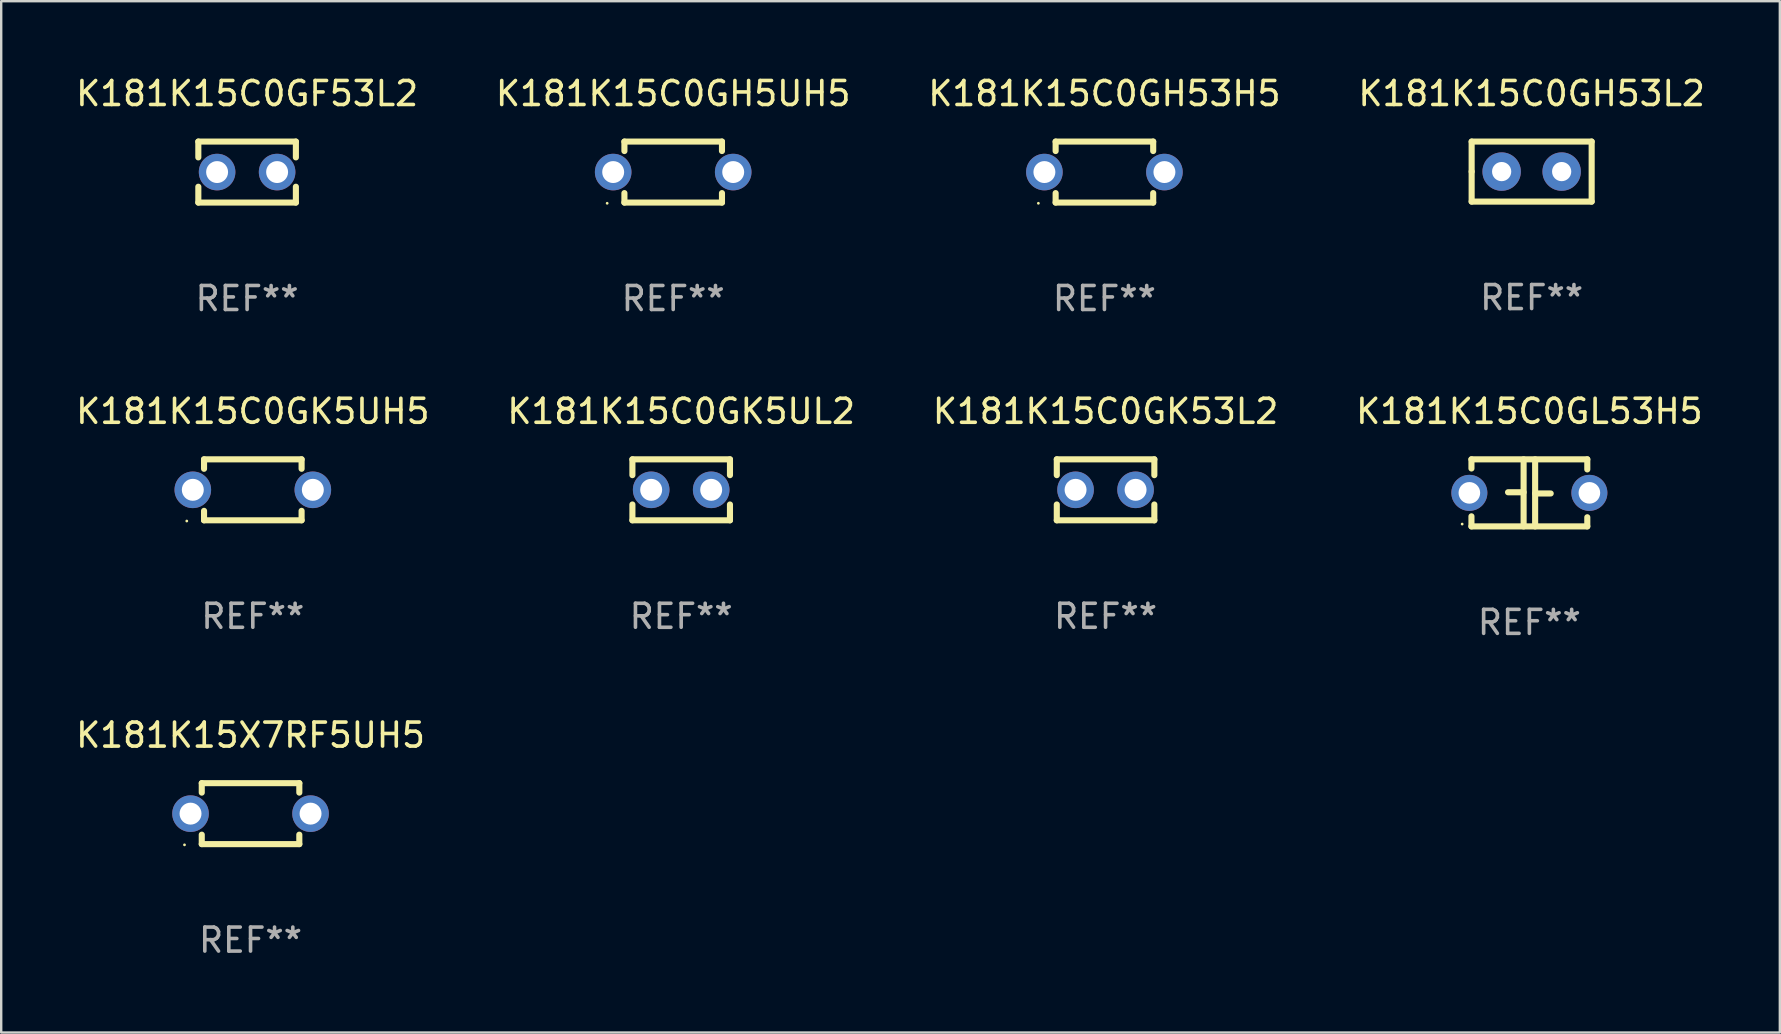
<source format=kicad_pcb>
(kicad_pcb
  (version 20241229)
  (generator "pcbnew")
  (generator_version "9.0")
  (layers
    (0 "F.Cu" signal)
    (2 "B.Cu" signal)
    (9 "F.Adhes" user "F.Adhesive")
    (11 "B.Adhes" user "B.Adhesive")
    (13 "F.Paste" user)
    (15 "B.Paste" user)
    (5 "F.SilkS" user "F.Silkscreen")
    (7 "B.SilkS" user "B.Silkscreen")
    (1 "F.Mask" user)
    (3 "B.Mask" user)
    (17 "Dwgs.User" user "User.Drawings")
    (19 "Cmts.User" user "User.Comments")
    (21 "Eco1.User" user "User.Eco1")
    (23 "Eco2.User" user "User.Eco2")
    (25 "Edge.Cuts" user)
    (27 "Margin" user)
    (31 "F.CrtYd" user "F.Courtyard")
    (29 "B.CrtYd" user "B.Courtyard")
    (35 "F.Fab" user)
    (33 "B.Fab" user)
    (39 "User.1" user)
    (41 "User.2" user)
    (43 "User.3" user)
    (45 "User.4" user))
  (footprint "K181K15C0GL53H5"
    (layer "F.Cu")
    (at 60.661 17.482)
    (property "Reference" "K181K15C0GL53H5" (at 0 -3.397 0) (layer "F.SilkS") (effects (font (size 1 1) (thickness 0.15))))
    (attr through_hole)
    (fp_line (start -2.413 -1.397) (end 2.413 -1.397) (stroke (width 0.254) (type solid)) (layer "F.SilkS"))
    (fp_line (start -2.413 -1.016) (end -2.413 -1.397) (stroke (width 0.254) (type solid)) (layer "F.SilkS"))
    (fp_line (start -2.413 0.977) (end -2.413 1.397) (stroke (width 0.254) (type solid)) (layer "F.SilkS"))
    (fp_line (start -0.24 -0.025) (end -0.889 -0.025) (stroke (width 0.254) (type solid)) (layer "F.SilkS"))
    (fp_line (start -0.24 1.397) (end -0.24 -1.397) (stroke (width 0.254) (type solid)) (layer "F.SilkS"))
    (fp_line (start 0.24 -1.397) (end 0.24 1.397) (stroke (width 0.254) (type solid)) (layer "F.SilkS"))
    (fp_line (start 0.24 0.025) (end 0.889 0.025) (stroke (width 0.254) (type solid)) (layer "F.SilkS"))
    (fp_line (start 2.413 -0.977) (end 2.413 -1.397) (stroke (width 0.254) (type solid)) (layer "F.SilkS"))
    (fp_line (start 2.413 1.016) (end 2.413 1.397) (stroke (width 0.254) (type solid)) (layer "F.SilkS"))
    (fp_line (start 2.413 1.397) (end -2.413 1.397) (stroke (width 0.254) (type solid)) (layer "F.SilkS"))
    (fp_circle (center -2.8 1.3) (end -2.77 1.3) (stroke (width 0.06) (type solid)) (fill no) (layer "F.SilkS"))
    (fp_text user "REF**" (at 0 5.397 0) (layer "F.Fab") (effects (font (size 1 1) (thickness 0.15))))
    (pad "1" thru_hole circle (at -2.5 0) (size 1.5 1.5) (drill 0.9) (layers "*.Cu" "*.Mask"))
    (pad "2" thru_hole circle (at 2.5 0) (size 1.5 1.5) (drill 0.9) (layers "*.Cu" "*.Mask")))
  (footprint "K181K15C0GH53L2"
    (layer "F.Cu")
    (at 60.756 4.098)
    (property "Reference" "K181K15C0GH53L2" (at 0 -3.25 0) (layer "F.SilkS") (effects (font (size 1 1) (thickness 0.15))))
    (attr through_hole)
    (fp_line (start -2.5 -1.25) (end 2.5 -1.25) (stroke (width 0.254) (type solid)) (layer "F.SilkS"))
    (fp_line (start -2.5 0) (end -2.5 -1.25) (stroke (width 0.254) (type solid)) (layer "F.SilkS"))
    (fp_line (start -2.5 1.25) (end -2.5 0) (stroke (width 0.254) (type solid)) (layer "F.SilkS"))
    (fp_line (start 2.5 -1.25) (end 2.5 1.25) (stroke (width 0.254) (type solid)) (layer "F.SilkS"))
    (fp_line (start 2.5 1.25) (end -2.5 1.25) (stroke (width 0.254) (type solid)) (layer "F.SilkS"))
    (fp_circle (center -2.5 1.25) (end -2.47 1.25) (stroke (width 0.06) (type solid)) (fill no) (layer "F.SilkS"))
    (fp_text user "REF**" (at 0 5.25 0) (layer "F.Fab") (effects (font (size 1 1) (thickness 0.15))))
    (pad "1" thru_hole circle (at -1.25 0) (size 1.6 1.6) (drill 0.8) (layers "*.Cu" "*.Mask"))
    (pad "2" thru_hole circle (at 1.25 0) (size 1.6 1.6) (drill 0.8) (layers "*.Cu" "*.Mask")))
  (footprint "K181K15C0GK5UH5"
    (layer "F.Cu")
    (at 7.482 17.355)
    (property "Reference" "K181K15C0GK5UH5" (at 0 -3.27 0) (layer "F.SilkS") (effects (font (size 1 1) (thickness 0.15))))
    (attr through_hole)
    (fp_line (start -2.032 -1.27) (end -2.032 -0.876) (stroke (width 0.254) (type solid)) (layer "F.SilkS"))
    (fp_line (start -2.032 0.876) (end -2.032 1.27) (stroke (width 0.254) (type solid)) (layer "F.SilkS"))
    (fp_line (start -2.032 1.27) (end 2.032 1.27) (stroke (width 0.254) (type solid)) (layer "F.SilkS"))
    (fp_line (start 2.032 -1.27) (end -2.032 -1.27) (stroke (width 0.254) (type solid)) (layer "F.SilkS"))
    (fp_line (start 2.032 -0.876) (end 2.032 -1.27) (stroke (width 0.254) (type solid)) (layer "F.SilkS"))
    (fp_line (start 2.032 1.27) (end 2.032 0.876) (stroke (width 0.254) (type solid)) (layer "F.SilkS"))
    (fp_circle (center -2.751 1.3) (end -2.721 1.3) (stroke (width 0.06) (type solid)) (fill no) (layer "F.SilkS"))
    (fp_text user "REF**" (at 0 5.27 0) (layer "F.Fab") (effects (font (size 1 1) (thickness 0.15))))
    (pad "1" thru_hole circle (at -2.5 0) (size 1.524 1.524) (drill 0.914) (layers "*.Cu" "*.Mask"))
    (pad "2" thru_hole circle (at 2.5 0) (size 1.524 1.524) (drill 0.914) (layers "*.Cu" "*.Mask")))
  (footprint "K181K15C0GK53L2"
    (layer "F.Cu")
    (at 43.006 17.355)
    (property "Reference" "K181K15C0GK53L2" (at 0 -3.27 0) (layer "F.SilkS") (effects (font (size 1 1) (thickness 0.15))))
    (attr through_hole)
    (fp_line (start -2.032 -1.27) (end -2.032 -0.611) (stroke (width 0.254) (type solid)) (layer "F.SilkS"))
    (fp_line (start -2.032 0.611) (end -2.032 1.27) (stroke (width 0.254) (type solid)) (layer "F.SilkS"))
    (fp_line (start -2.032 1.27) (end 2.032 1.27) (stroke (width 0.254) (type solid)) (layer "F.SilkS"))
    (fp_line (start 2.032 -1.27) (end -2.032 -1.27) (stroke (width 0.254) (type solid)) (layer "F.SilkS"))
    (fp_line (start 2.032 -0.611) (end 2.032 -1.27) (stroke (width 0.254) (type solid)) (layer "F.SilkS"))
    (fp_line (start 2.032 1.27) (end 2.032 0.611) (stroke (width 0.254) (type solid)) (layer "F.SilkS"))
    (fp_circle (center -2 1.3) (end -1.97 1.3) (stroke (width 0.06) (type solid)) (fill no) (layer "F.SilkS"))
    (fp_text user "REF**" (at 0 5.27 0) (layer "F.Fab") (effects (font (size 1 1) (thickness 0.15))))
    (pad "1" thru_hole circle (at -1.25 0) (size 1.524 1.524) (drill 0.914) (layers "*.Cu" "*.Mask"))
    (pad "2" thru_hole circle (at 1.25 0) (size 1.524 1.524) (drill 0.914) (layers "*.Cu" "*.Mask")))
  (footprint "K181K15C0GH53H5"
    (layer "F.Cu")
    (at 42.958 4.118)
    (property "Reference" "K181K15C0GH53H5" (at 0 -3.27 0) (layer "F.SilkS") (effects (font (size 1 1) (thickness 0.15))))
    (attr through_hole)
    (fp_line (start -2.032 -1.27) (end -2.032 -0.876) (stroke (width 0.254) (type solid)) (layer "F.SilkS"))
    (fp_line (start -2.032 0.876) (end -2.032 1.27) (stroke (width 0.254) (type solid)) (layer "F.SilkS"))
    (fp_line (start -2.032 1.27) (end 2.032 1.27) (stroke (width 0.254) (type solid)) (layer "F.SilkS"))
    (fp_line (start 2.032 -1.27) (end -2.032 -1.27) (stroke (width 0.254) (type solid)) (layer "F.SilkS"))
    (fp_line (start 2.032 -0.876) (end 2.032 -1.27) (stroke (width 0.254) (type solid)) (layer "F.SilkS"))
    (fp_line (start 2.032 1.27) (end 2.032 0.876) (stroke (width 0.254) (type solid)) (layer "F.SilkS"))
    (fp_circle (center -2.751 1.3) (end -2.721 1.3) (stroke (width 0.06) (type solid)) (fill no) (layer "F.SilkS"))
    (fp_text user "REF**" (at 0 5.27 0) (layer "F.Fab") (effects (font (size 1 1) (thickness 0.15))))
    (pad "1" thru_hole circle (at -2.5 0) (size 1.524 1.524) (drill 0.914) (layers "*.Cu" "*.Mask"))
    (pad "2" thru_hole circle (at 2.5 0) (size 1.524 1.524) (drill 0.914) (layers "*.Cu" "*.Mask")))
  (footprint "K181K15C0GH5UH5"
    (layer "F.Cu")
    (at 24.994 4.118)
    (property "Reference" "K181K15C0GH5UH5" (at 0 -3.27 0) (layer "F.SilkS") (effects (font (size 1 1) (thickness 0.15))))
    (attr through_hole)
    (fp_line (start -2.032 -1.27) (end -2.032 -0.876) (stroke (width 0.254) (type solid)) (layer "F.SilkS"))
    (fp_line (start -2.032 0.876) (end -2.032 1.27) (stroke (width 0.254) (type solid)) (layer "F.SilkS"))
    (fp_line (start -2.032 1.27) (end 2.032 1.27) (stroke (width 0.254) (type solid)) (layer "F.SilkS"))
    (fp_line (start 2.032 -1.27) (end -2.032 -1.27) (stroke (width 0.254) (type solid)) (layer "F.SilkS"))
    (fp_line (start 2.032 -0.876) (end 2.032 -1.27) (stroke (width 0.254) (type solid)) (layer "F.SilkS"))
    (fp_line (start 2.032 1.27) (end 2.032 0.876) (stroke (width 0.254) (type solid)) (layer "F.SilkS"))
    (fp_circle (center -2.751 1.3) (end -2.721 1.3) (stroke (width 0.06) (type solid)) (fill no) (layer "F.SilkS"))
    (fp_text user "REF**" (at 0 5.27 0) (layer "F.Fab") (effects (font (size 1 1) (thickness 0.15))))
    (pad "1" thru_hole circle (at -2.5 0) (size 1.524 1.524) (drill 0.914) (layers "*.Cu" "*.Mask"))
    (pad "2" thru_hole circle (at 2.5 0) (size 1.524 1.524) (drill 0.914) (layers "*.Cu" "*.Mask")))
  (footprint "K181K15C0GK5UL2"
    (layer "F.Cu")
    (at 25.327 17.355)
    (property "Reference" "K181K15C0GK5UL2" (at 0 -3.27 0) (layer "F.SilkS") (effects (font (size 1 1) (thickness 0.15))))
    (attr through_hole)
    (fp_line (start -2.032 -1.27) (end -2.032 -0.611) (stroke (width 0.254) (type solid)) (layer "F.SilkS"))
    (fp_line (start -2.032 0.611) (end -2.032 1.27) (stroke (width 0.254) (type solid)) (layer "F.SilkS"))
    (fp_line (start -2.032 1.27) (end 2.032 1.27) (stroke (width 0.254) (type solid)) (layer "F.SilkS"))
    (fp_line (start 2.032 -1.27) (end -2.032 -1.27) (stroke (width 0.254) (type solid)) (layer "F.SilkS"))
    (fp_line (start 2.032 -0.611) (end 2.032 -1.27) (stroke (width 0.254) (type solid)) (layer "F.SilkS"))
    (fp_line (start 2.032 1.27) (end 2.032 0.611) (stroke (width 0.254) (type solid)) (layer "F.SilkS"))
    (fp_circle (center -2 1.3) (end -1.97 1.3) (stroke (width 0.06) (type solid)) (fill no) (layer "F.SilkS"))
    (fp_text user "REF**" (at 0 5.27 0) (layer "F.Fab") (effects (font (size 1 1) (thickness 0.15))))
    (pad "1" thru_hole circle (at -1.25 0) (size 1.524 1.524) (drill 0.914) (layers "*.Cu" "*.Mask"))
    (pad "2" thru_hole circle (at 1.25 0) (size 1.524 1.524) (drill 0.914) (layers "*.Cu" "*.Mask")))
  (footprint "K181K15X7RF5UH5"
    (layer "F.Cu")
    (at 7.387 30.845)
    (property "Reference" "K181K15X7RF5UH5" (at 0 -3.27 0) (layer "F.SilkS") (effects (font (size 1 1) (thickness 0.15))))
    (attr through_hole)
    (fp_line (start -2.032 -1.27) (end -2.032 -0.876) (stroke (width 0.254) (type solid)) (layer "F.SilkS"))
    (fp_line (start -2.032 0.876) (end -2.032 1.27) (stroke (width 0.254) (type solid)) (layer "F.SilkS"))
    (fp_line (start -2.032 1.27) (end 2.032 1.27) (stroke (width 0.254) (type solid)) (layer "F.SilkS"))
    (fp_line (start 2.032 -1.27) (end -2.032 -1.27) (stroke (width 0.254) (type solid)) (layer "F.SilkS"))
    (fp_line (start 2.032 -0.876) (end 2.032 -1.27) (stroke (width 0.254) (type solid)) (layer "F.SilkS"))
    (fp_line (start 2.032 1.27) (end 2.032 0.876) (stroke (width 0.254) (type solid)) (layer "F.SilkS"))
    (fp_circle (center -2.751 1.3) (end -2.721 1.3) (stroke (width 0.06) (type solid)) (fill no) (layer "F.SilkS"))
    (fp_text user "REF**" (at 0 5.27 0) (layer "F.Fab") (effects (font (size 1 1) (thickness 0.15))))
    (pad "1" thru_hole circle (at -2.5 0) (size 1.524 1.524) (drill 0.914) (layers "*.Cu" "*.Mask"))
    (pad "2" thru_hole circle (at 2.5 0) (size 1.524 1.524) (drill 0.914) (layers "*.Cu" "*.Mask")))
  (footprint "K181K15C0GF53L2"
    (layer "F.Cu")
    (at 7.244 4.118)
    (property "Reference" "K181K15C0GF53L2" (at 0 -3.27 0) (layer "F.SilkS") (effects (font (size 1 1) (thickness 0.15))))
    (attr through_hole)
    (fp_line (start -2.032 -1.27) (end -2.032 -0.611) (stroke (width 0.254) (type solid)) (layer "F.SilkS"))
    (fp_line (start -2.032 0.611) (end -2.032 1.27) (stroke (width 0.254) (type solid)) (layer "F.SilkS"))
    (fp_line (start -2.032 1.27) (end 2.032 1.27) (stroke (width 0.254) (type solid)) (layer "F.SilkS"))
    (fp_line (start 2.032 -1.27) (end -2.032 -1.27) (stroke (width 0.254) (type solid)) (layer "F.SilkS"))
    (fp_line (start 2.032 -0.611) (end 2.032 -1.27) (stroke (width 0.254) (type solid)) (layer "F.SilkS"))
    (fp_line (start 2.032 1.27) (end 2.032 0.611) (stroke (width 0.254) (type solid)) (layer "F.SilkS"))
    (fp_circle (center -2 1.3) (end -1.97 1.3) (stroke (width 0.06) (type solid)) (fill no) (layer "F.SilkS"))
    (fp_text user "REF**" (at 0 5.27 0) (layer "F.Fab") (effects (font (size 1 1) (thickness 0.15))))
    (pad "1" thru_hole circle (at -1.25 0) (size 1.524 1.524) (drill 0.914) (layers "*.Cu" "*.Mask"))
    (pad "2" thru_hole circle (at 1.25 0) (size 1.524 1.524) (drill 0.914) (layers "*.Cu" "*.Mask")))
  (gr_rect
    (start -3 -3)
    (end 71.095 39.964)
    (stroke (width 0.1) (type default))
    (fill no)
    (layer "Edge.Cuts")))
</source>
